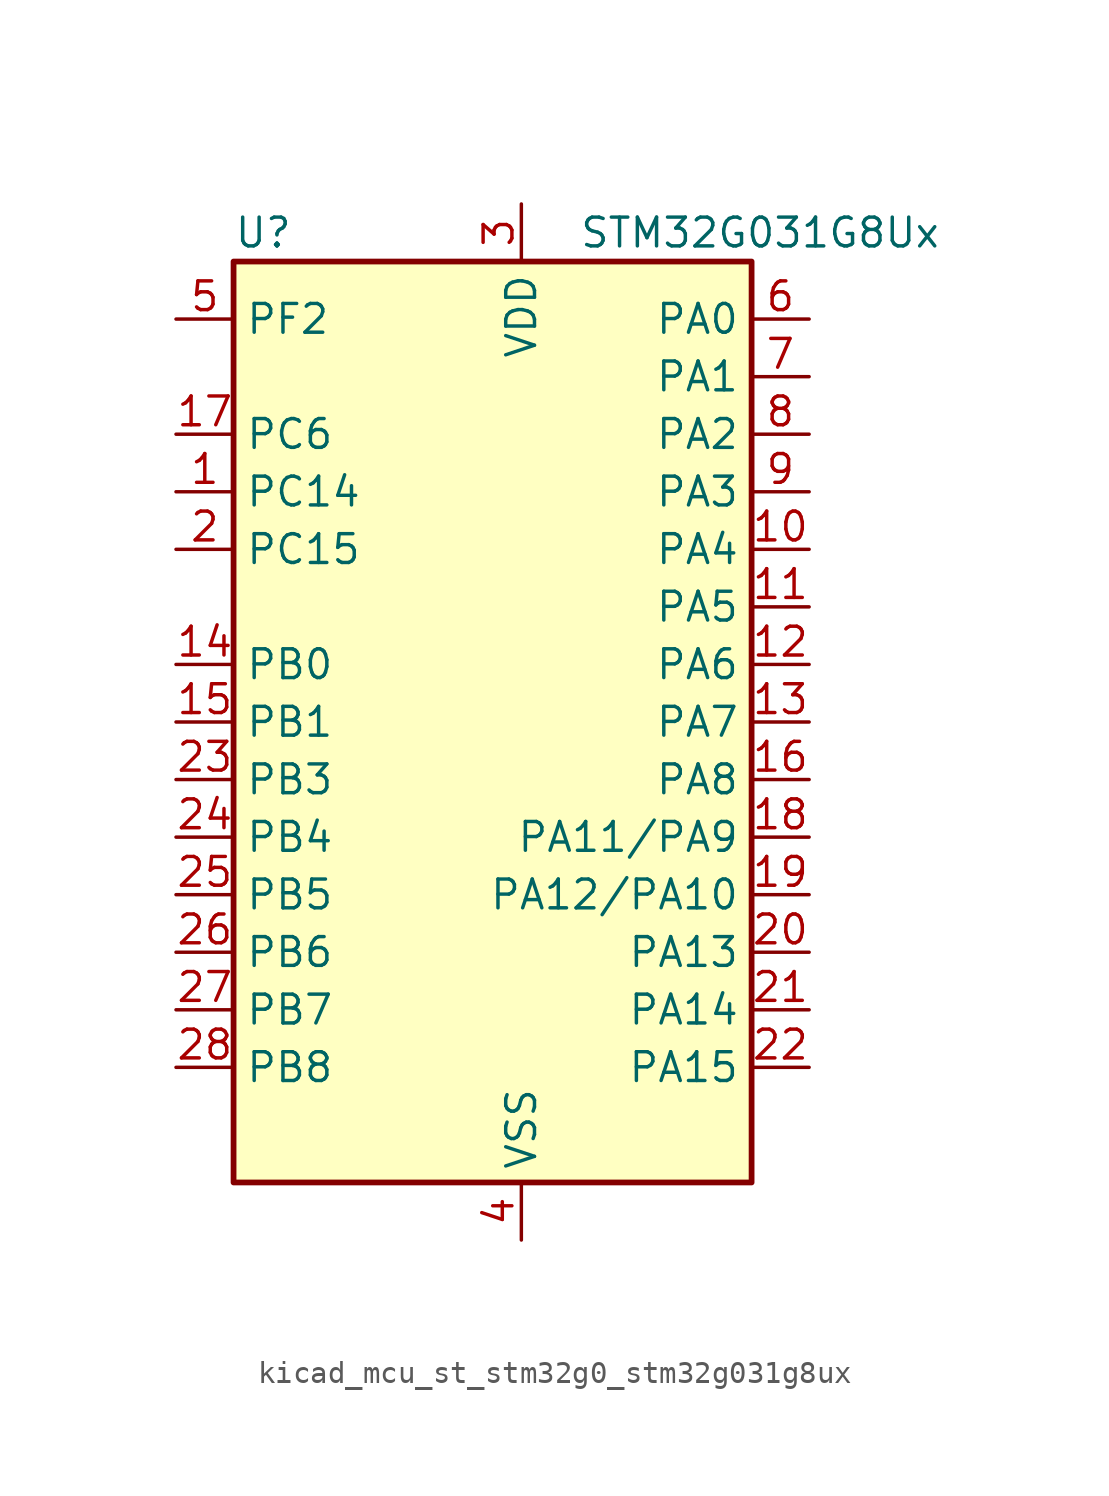
<source format=kicad_sym>
(kicad_symbol_lib
  (version 20220914)
  (generator kicad_symbol_editor)
  (symbol "kicad_mcu_st_stm32g0_stm32g031g8ux"
    (property "Reference" "U"
      (at -10.16 21.59 0)
      (effects (font (size 1.27 1.27)) (justify left)))
    (property "Value" "STM32G031G8Ux"
      (at 5.08 21.59 0)
      (effects (font (size 1.27 1.27)) (justify left)))
    (property "ki_locked" ""
      (at 0 0 0)
      (effects (font (size 1.27 1.27))))
    (symbol "kicad_mcu_st_stm32g0_stm32g031g8ux_0_1"
      (rectangle (start -10.16 -20.32) (end 12.7 20.32) (stroke (width 0.254) (type default)) (fill (type background))))
    (symbol "kicad_mcu_st_stm32g0_stm32g031g8ux_1_1"
      (pin bidirectional line (at -12.7 10.16 0) (length 2.54) (name "PC14" (effects (font (size 1.27 1.27)))) (number "1" (effects (font (size 1.27 1.27)))) (alternate "RCC_OSC32_IN" bidirectional line) (alternate "RCC_OSC_IN" bidirectional line) (alternate "TIM1_BK2" bidirectional line))
      (pin bidirectional line (at 15.24 7.62 180) (length 2.54) (name "PA4" (effects (font (size 1.27 1.27)))) (number "10" (effects (font (size 1.27 1.27)))) (alternate "ADC1_IN4" bidirectional line) (alternate "I2S1_WS" bidirectional line) (alternate "LPTIM2_OUT" bidirectional line) (alternate "RTC_OUT_ALARM" bidirectional line) (alternate "RTC_OUT_CALIB" bidirectional line) (alternate "RTC_TAMP_IN1" bidirectional line) (alternate "RTC_TS" bidirectional line) (alternate "SPI1_NSS" bidirectional line) (alternate "SPI2_MOSI" bidirectional line) (alternate "SYS_WKUP2" bidirectional line) (alternate "TIM14_CH1" bidirectional line))
      (pin bidirectional line (at 15.24 5.08 180) (length 2.54) (name "PA5" (effects (font (size 1.27 1.27)))) (number "11" (effects (font (size 1.27 1.27)))) (alternate "ADC1_IN5" bidirectional line) (alternate "I2S1_CK" bidirectional line) (alternate "LPTIM2_ETR" bidirectional line) (alternate "SPI1_SCK" bidirectional line) (alternate "TIM2_CH1" bidirectional line) (alternate "TIM2_ETR" bidirectional line))
      (pin bidirectional line (at 15.24 2.54 180) (length 2.54) (name "PA6" (effects (font (size 1.27 1.27)))) (number "12" (effects (font (size 1.27 1.27)))) (alternate "ADC1_IN6" bidirectional line) (alternate "I2S1_MCK" bidirectional line) (alternate "LPUART1_CTS" bidirectional line) (alternate "SPI1_MISO" bidirectional line) (alternate "TIM16_CH1" bidirectional line) (alternate "TIM1_BK" bidirectional line) (alternate "TIM3_CH1" bidirectional line))
      (pin bidirectional line (at 15.24 0 180) (length 2.54) (name "PA7" (effects (font (size 1.27 1.27)))) (number "13" (effects (font (size 1.27 1.27)))) (alternate "ADC1_IN7" bidirectional line) (alternate "I2S1_SD" bidirectional line) (alternate "SPI1_MOSI" bidirectional line) (alternate "TIM14_CH1" bidirectional line) (alternate "TIM17_CH1" bidirectional line) (alternate "TIM1_CH1N" bidirectional line) (alternate "TIM3_CH2" bidirectional line))
      (pin bidirectional line (at -12.7 2.54 0) (length 2.54) (name "PB0" (effects (font (size 1.27 1.27)))) (number "14" (effects (font (size 1.27 1.27)))) (alternate "ADC1_IN8" bidirectional line) (alternate "I2S1_WS" bidirectional line) (alternate "LPTIM1_OUT" bidirectional line) (alternate "SPI1_NSS" bidirectional line) (alternate "TIM1_CH2N" bidirectional line) (alternate "TIM3_CH3" bidirectional line))
      (pin bidirectional line (at -12.7 0 0) (length 2.54) (name "PB1" (effects (font (size 1.27 1.27)))) (number "15" (effects (font (size 1.27 1.27)))) (alternate "ADC1_IN9" bidirectional line) (alternate "LPTIM2_IN1" bidirectional line) (alternate "LPUART1_DE" bidirectional line) (alternate "LPUART1_RTS" bidirectional line) (alternate "TIM14_CH1" bidirectional line) (alternate "TIM1_CH3N" bidirectional line) (alternate "TIM3_CH4" bidirectional line))
      (pin bidirectional line (at 15.24 -2.54 180) (length 2.54) (name "PA8" (effects (font (size 1.27 1.27)))) (number "16" (effects (font (size 1.27 1.27)))) (alternate "LPTIM2_OUT" bidirectional line) (alternate "RCC_MCO" bidirectional line) (alternate "SPI2_NSS" bidirectional line) (alternate "TIM1_CH1" bidirectional line))
      (pin bidirectional line (at -12.7 12.7 0) (length 2.54) (name "PC6" (effects (font (size 1.27 1.27)))) (number "17" (effects (font (size 1.27 1.27)))) (alternate "TIM2_CH3" bidirectional line) (alternate "TIM3_CH1" bidirectional line))
      (pin bidirectional line (at 15.24 -5.08 180) (length 2.54) (name "PA11/PA9" (effects (font (size 1.27 1.27)))) (number "18" (effects (font (size 1.27 1.27)))) (alternate "ADC1_EXTI11" bidirectional line) (alternate "ADC1_IN15" bidirectional line) (alternate "I2C2_SCL" bidirectional line) (alternate "I2S1_MCK" bidirectional line) (alternate "SPI1_MISO" bidirectional line) (alternate "TIM1_BK2" bidirectional line) (alternate "TIM1_CH4" bidirectional line) (alternate "USART1_CTS" bidirectional line) (alternate "USART1_NSS" bidirectional line))
      (pin bidirectional line (at 15.24 -7.62 180) (length 2.54) (name "PA12/PA10" (effects (font (size 1.27 1.27)))) (number "19" (effects (font (size 1.27 1.27)))) (alternate "ADC1_IN16" bidirectional line) (alternate "I2C2_SDA" bidirectional line) (alternate "I2S1_SD" bidirectional line) (alternate "I2S_CKIN" bidirectional line) (alternate "SPI1_MOSI" bidirectional line) (alternate "TIM1_ETR" bidirectional line) (alternate "USART1_CK" bidirectional line) (alternate "USART1_DE" bidirectional line) (alternate "USART1_RTS" bidirectional line))
      (pin bidirectional line (at -12.7 7.62 0) (length 2.54) (name "PC15" (effects (font (size 1.27 1.27)))) (number "2" (effects (font (size 1.27 1.27)))) (alternate "RCC_OSC32_EN" bidirectional line) (alternate "RCC_OSC32_OUT" bidirectional line) (alternate "RCC_OSC_EN" bidirectional line))
      (pin bidirectional line (at 15.24 -10.16 180) (length 2.54) (name "PA13" (effects (font (size 1.27 1.27)))) (number "20" (effects (font (size 1.27 1.27)))) (alternate "ADC1_IN17" bidirectional line) (alternate "IR_OUT" bidirectional line) (alternate "SYS_SWDIO" bidirectional line))
      (pin bidirectional line (at 15.24 -12.7 180) (length 2.54) (name "PA14" (effects (font (size 1.27 1.27)))) (number "21" (effects (font (size 1.27 1.27)))) (alternate "ADC1_IN18" bidirectional line) (alternate "SYS_SWCLK" bidirectional line) (alternate "USART2_TX" bidirectional line))
      (pin bidirectional line (at 15.24 -15.24 180) (length 2.54) (name "PA15" (effects (font (size 1.27 1.27)))) (number "22" (effects (font (size 1.27 1.27)))) (alternate "I2S1_WS" bidirectional line) (alternate "SPI1_NSS" bidirectional line) (alternate "TIM2_CH1" bidirectional line) (alternate "TIM2_ETR" bidirectional line) (alternate "USART2_RX" bidirectional line))
      (pin bidirectional line (at -12.7 -2.54 0) (length 2.54) (name "PB3" (effects (font (size 1.27 1.27)))) (number "23" (effects (font (size 1.27 1.27)))) (alternate "I2S1_CK" bidirectional line) (alternate "SPI1_SCK" bidirectional line) (alternate "TIM1_CH2" bidirectional line) (alternate "TIM2_CH2" bidirectional line) (alternate "USART1_CK" bidirectional line) (alternate "USART1_DE" bidirectional line) (alternate "USART1_RTS" bidirectional line))
      (pin bidirectional line (at -12.7 -5.08 0) (length 2.54) (name "PB4" (effects (font (size 1.27 1.27)))) (number "24" (effects (font (size 1.27 1.27)))) (alternate "I2S1_MCK" bidirectional line) (alternate "SPI1_MISO" bidirectional line) (alternate "TIM17_BK" bidirectional line) (alternate "TIM3_CH1" bidirectional line) (alternate "USART1_CTS" bidirectional line) (alternate "USART1_NSS" bidirectional line))
      (pin bidirectional line (at -12.7 -7.62 0) (length 2.54) (name "PB5" (effects (font (size 1.27 1.27)))) (number "25" (effects (font (size 1.27 1.27)))) (alternate "I2C1_SMBA" bidirectional line) (alternate "I2S1_SD" bidirectional line) (alternate "LPTIM1_IN1" bidirectional line) (alternate "SPI1_MOSI" bidirectional line) (alternate "SYS_WKUP6" bidirectional line) (alternate "TIM16_BK" bidirectional line) (alternate "TIM3_CH2" bidirectional line))
      (pin bidirectional line (at -12.7 -10.16 0) (length 2.54) (name "PB6" (effects (font (size 1.27 1.27)))) (number "26" (effects (font (size 1.27 1.27)))) (alternate "I2C1_SCL" bidirectional line) (alternate "LPTIM1_ETR" bidirectional line) (alternate "SPI2_MISO" bidirectional line) (alternate "TIM16_CH1N" bidirectional line) (alternate "TIM1_CH3" bidirectional line) (alternate "USART1_TX" bidirectional line))
      (pin bidirectional line (at -12.7 -12.7 0) (length 2.54) (name "PB7" (effects (font (size 1.27 1.27)))) (number "27" (effects (font (size 1.27 1.27)))) (alternate "ADC1_IN11" bidirectional line) (alternate "I2C1_SDA" bidirectional line) (alternate "LPTIM1_IN2" bidirectional line) (alternate "SPI2_MOSI" bidirectional line) (alternate "SYS_PVD_IN" bidirectional line) (alternate "TIM17_CH1N" bidirectional line) (alternate "USART1_RX" bidirectional line))
      (pin bidirectional line (at -12.7 -15.24 0) (length 2.54) (name "PB8" (effects (font (size 1.27 1.27)))) (number "28" (effects (font (size 1.27 1.27)))) (alternate "I2C1_SCL" bidirectional line) (alternate "SPI2_SCK" bidirectional line) (alternate "TIM16_CH1" bidirectional line))
      (pin power_in line (at 2.54 22.86 270) (length 2.54) (name "VDD" (effects (font (size 1.27 1.27)))) (number "3" (effects (font (size 1.27 1.27)))))
      (pin power_in line (at 2.54 -22.86 90) (length 2.54) (name "VSS" (effects (font (size 1.27 1.27)))) (number "4" (effects (font (size 1.27 1.27)))))
      (pin bidirectional line (at -12.7 17.78 0) (length 2.54) (name "PF2" (effects (font (size 1.27 1.27)))) (number "5" (effects (font (size 1.27 1.27)))) (alternate "RCC_MCO" bidirectional line))
      (pin bidirectional line (at 15.24 17.78 180) (length 2.54) (name "PA0" (effects (font (size 1.27 1.27)))) (number "6" (effects (font (size 1.27 1.27)))) (alternate "ADC1_IN0" bidirectional line) (alternate "LPTIM1_OUT" bidirectional line) (alternate "RTC_TAMP_IN2" bidirectional line) (alternate "SPI2_SCK" bidirectional line) (alternate "SYS_WKUP1" bidirectional line) (alternate "TIM2_CH1" bidirectional line) (alternate "TIM2_ETR" bidirectional line) (alternate "USART2_CTS" bidirectional line) (alternate "USART2_NSS" bidirectional line))
      (pin bidirectional line (at 15.24 15.24 180) (length 2.54) (name "PA1" (effects (font (size 1.27 1.27)))) (number "7" (effects (font (size 1.27 1.27)))) (alternate "ADC1_IN1" bidirectional line) (alternate "I2C1_SMBA" bidirectional line) (alternate "I2S1_CK" bidirectional line) (alternate "SPI1_SCK" bidirectional line) (alternate "TIM2_CH2" bidirectional line) (alternate "USART2_CK" bidirectional line) (alternate "USART2_DE" bidirectional line) (alternate "USART2_RTS" bidirectional line))
      (pin bidirectional line (at 15.24 12.7 180) (length 2.54) (name "PA2" (effects (font (size 1.27 1.27)))) (number "8" (effects (font (size 1.27 1.27)))) (alternate "ADC1_IN2" bidirectional line) (alternate "I2S1_SD" bidirectional line) (alternate "LPUART1_TX" bidirectional line) (alternate "RCC_LSCO" bidirectional line) (alternate "SPI1_MOSI" bidirectional line) (alternate "SYS_WKUP4" bidirectional line) (alternate "TIM2_CH3" bidirectional line) (alternate "USART2_TX" bidirectional line))
      (pin bidirectional line (at 15.24 10.16 180) (length 2.54) (name "PA3" (effects (font (size 1.27 1.27)))) (number "9" (effects (font (size 1.27 1.27)))) (alternate "ADC1_IN3" bidirectional line) (alternate "LPUART1_RX" bidirectional line) (alternate "SPI2_MISO" bidirectional line) (alternate "TIM2_CH4" bidirectional line) (alternate "USART2_RX" bidirectional line)))))
</source>
